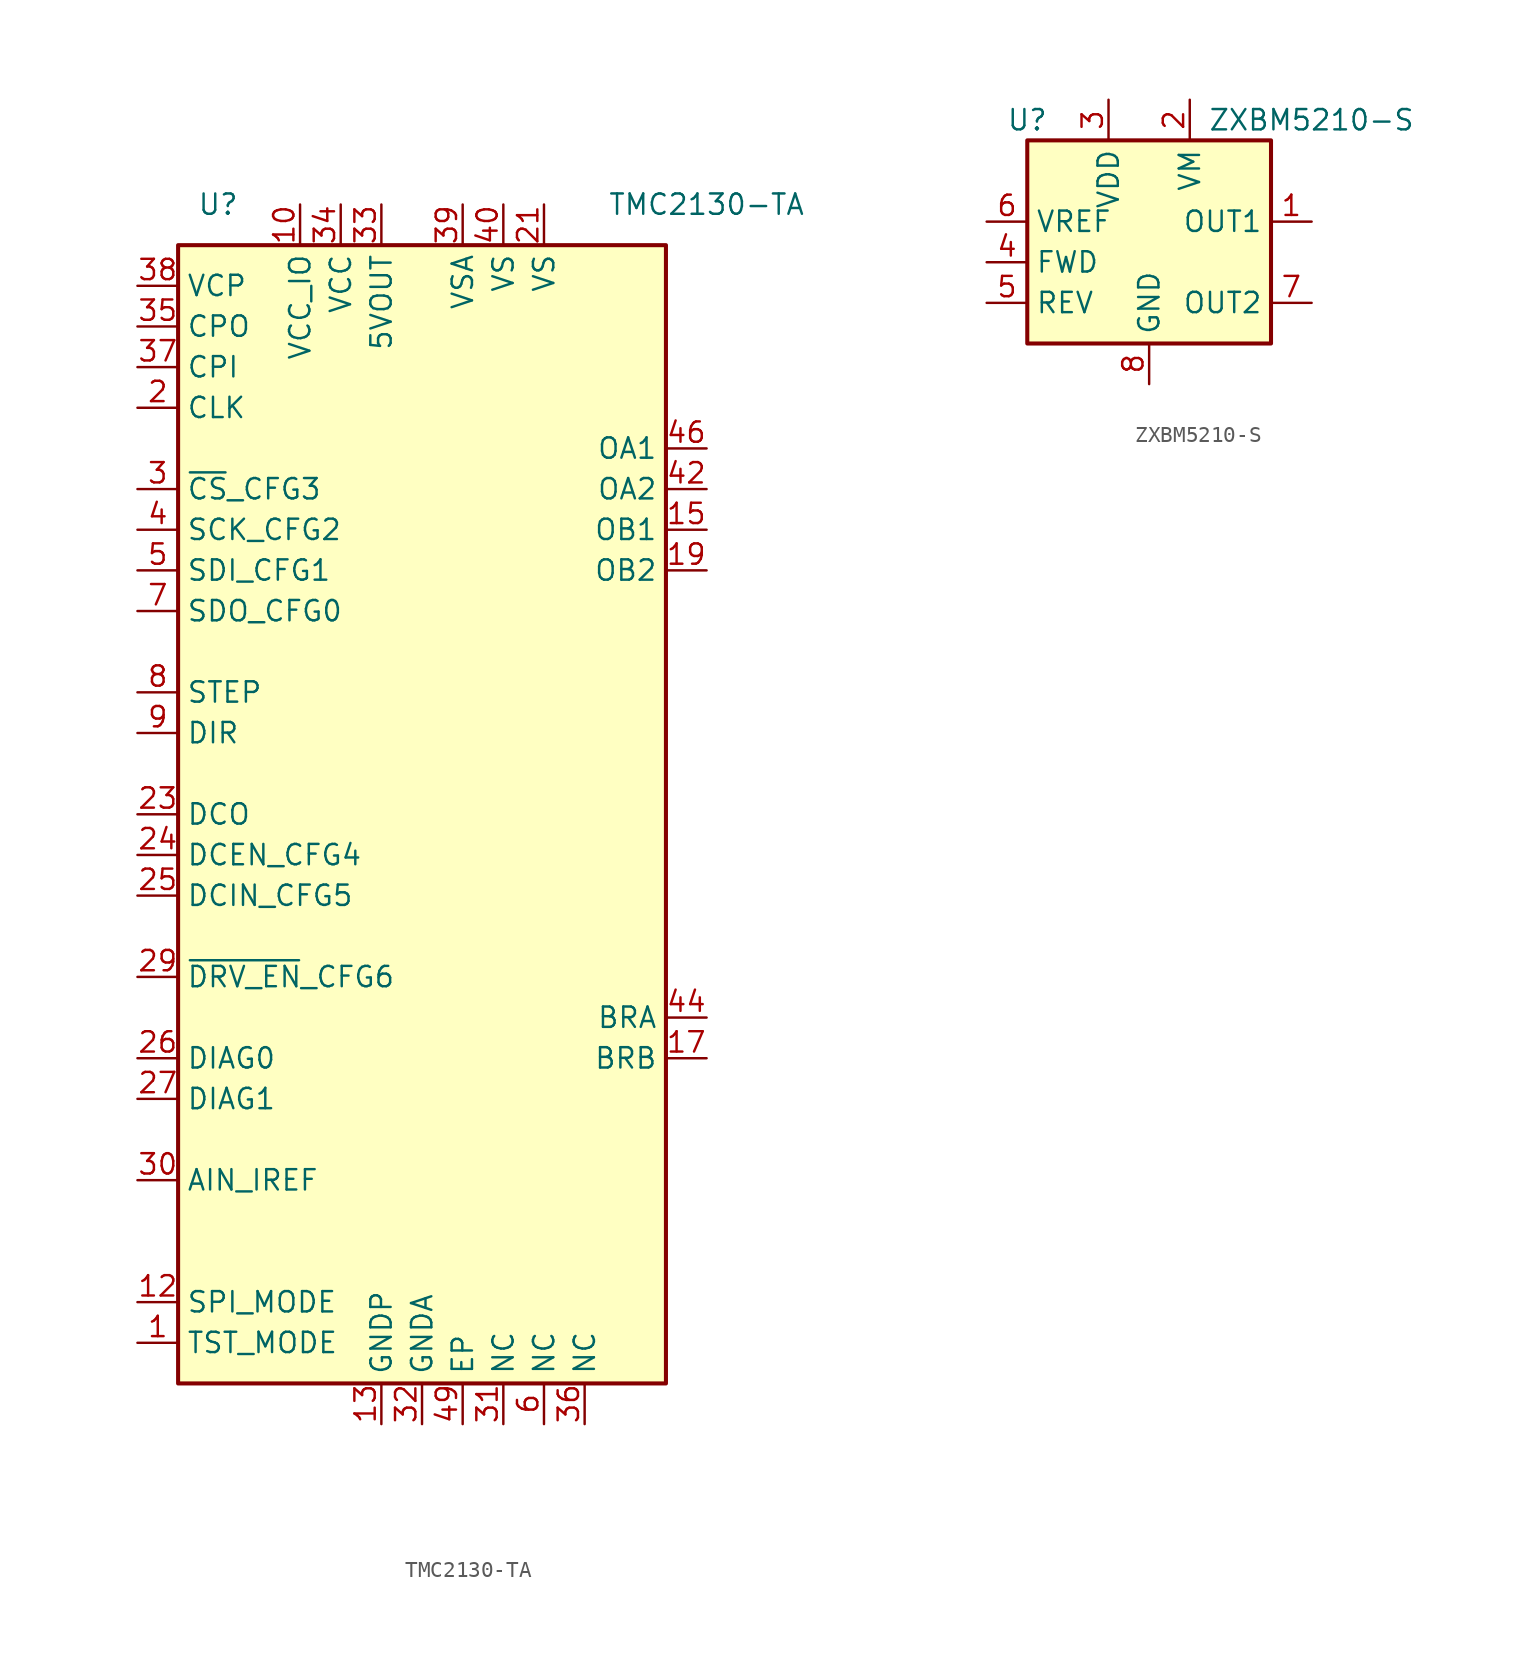
<source format=kicad_sym>
(kicad_symbol_lib
  (version 20200908)
  (generator kicad_symbol_editor)
  (symbol "Driver_Motor:TMC2130-TA"
    (property "Reference" "U"
      (at -11.43 38.1 0)
      (effects (font (size 1.27 1.27)) (justify right)))
    (property "Value" "TMC2130-TA"
      (at 17.78 38.1 0)
      (effects (font (size 1.27 1.27))))
    (symbol "TMC2130-TA_1_1"
      (rectangle (start -15.24 35.56) (end 15.24 -35.56) (stroke (width 0.254)) (fill (type background)))
      (pin input line (at -17.78 -33.02 0) (length 2.54) (name "TST_MODE" (effects (font (size 1.27 1.27)))) (number "1" (effects (font (size 1.27 1.27)))))
      (pin power_in line (at -7.62 38.1 270) (length 2.54) (name "VCC_IO" (effects (font (size 1.27 1.27)))) (number "10" (effects (font (size 1.27 1.27)))))
      (pin unconnected line (at -15.24 -27.94 0) (length 2.54) hide (name "DNC" (effects (font (size 1.27 1.27)))) (number "11" (effects (font (size 1.27 1.27)))))
      (pin input line (at -17.78 -30.48 0) (length 2.54) (name "SPI_MODE" (effects (font (size 1.27 1.27)))) (number "12" (effects (font (size 1.27 1.27)))))
      (pin power_in line (at -2.54 -38.1 90) (length 2.54) (name "GNDP" (effects (font (size 1.27 1.27)))) (number "13" (effects (font (size 1.27 1.27)))))
      (pin unconnected line (at 15.24 12.7 180) (length 2.54) hide (name "DNC" (effects (font (size 1.27 1.27)))) (number "14" (effects (font (size 1.27 1.27)))))
      (pin output line (at 17.78 17.78 180) (length 2.54) (name "OB1" (effects (font (size 1.27 1.27)))) (number "15" (effects (font (size 1.27 1.27)))))
      (pin unconnected line (at 15.24 10.16 180) (length 2.54) hide (name "DNC" (effects (font (size 1.27 1.27)))) (number "16" (effects (font (size 1.27 1.27)))))
      (pin passive line (at 17.78 -15.24 180) (length 2.54) (name "BRB" (effects (font (size 1.27 1.27)))) (number "17" (effects (font (size 1.27 1.27)))))
      (pin unconnected line (at 15.24 7.62 180) (length 2.54) hide (name "DNC" (effects (font (size 1.27 1.27)))) (number "18" (effects (font (size 1.27 1.27)))))
      (pin output line (at 17.78 15.24 180) (length 2.54) (name "OB2" (effects (font (size 1.27 1.27)))) (number "19" (effects (font (size 1.27 1.27)))))
      (pin input line (at -17.78 25.4 0) (length 2.54) (name "CLK" (effects (font (size 1.27 1.27)))) (number "2" (effects (font (size 1.27 1.27)))))
      (pin unconnected line (at 15.24 5.08 180) (length 2.54) hide (name "DNC" (effects (font (size 1.27 1.27)))) (number "20" (effects (font (size 1.27 1.27)))))
      (pin power_in line (at 7.62 38.1 270) (length 2.54) (name "VS" (effects (font (size 1.27 1.27)))) (number "21" (effects (font (size 1.27 1.27)))))
      (pin unconnected line (at 15.24 2.54 180) (length 2.54) hide (name "DNC" (effects (font (size 1.27 1.27)))) (number "22" (effects (font (size 1.27 1.27)))))
      (pin output line (at -17.78 0 0) (length 2.54) (name "DCO" (effects (font (size 1.27 1.27)))) (number "23" (effects (font (size 1.27 1.27)))))
      (pin input line (at -17.78 -2.54 0) (length 2.54) (name "DCEN_CFG4" (effects (font (size 1.27 1.27)))) (number "24" (effects (font (size 1.27 1.27)))))
      (pin input line (at -17.78 -5.08 0) (length 2.54) (name "DCIN_CFG5" (effects (font (size 1.27 1.27)))) (number "25" (effects (font (size 1.27 1.27)))))
      (pin output line (at -17.78 -15.24 0) (length 2.54) (name "DIAG0" (effects (font (size 1.27 1.27)))) (number "26" (effects (font (size 1.27 1.27)))))
      (pin output line (at -17.78 -17.78 0) (length 2.54) (name "DIAG1" (effects (font (size 1.27 1.27)))) (number "27" (effects (font (size 1.27 1.27)))))
      (pin unconnected line (at -15.24 -20.32 0) (length 2.54) hide (name "DNC" (effects (font (size 1.27 1.27)))) (number "28" (effects (font (size 1.27 1.27)))))
      (pin input line (at -17.78 -10.16 0) (length 2.54) (name "~DRV_EN~_CFG6" (effects (font (size 1.27 1.27)))) (number "29" (effects (font (size 1.27 1.27)))))
      (pin input line (at -17.78 20.32 0) (length 2.54) (name "~CS~_CFG3" (effects (font (size 1.27 1.27)))) (number "3" (effects (font (size 1.27 1.27)))))
      (pin input line (at -17.78 -22.86 0) (length 2.54) (name "AIN_IREF" (effects (font (size 1.27 1.27)))) (number "30" (effects (font (size 1.27 1.27)))))
      (pin passive line (at 5.08 -38.1 90) (length 2.54) (name "NC" (effects (font (size 1.27 1.27)))) (number "31" (effects (font (size 1.27 1.27)))))
      (pin power_in line (at 0 -38.1 90) (length 2.54) (name "GNDA" (effects (font (size 1.27 1.27)))) (number "32" (effects (font (size 1.27 1.27)))))
      (pin power_out line (at -2.54 38.1 270) (length 2.54) (name "5VOUT" (effects (font (size 1.27 1.27)))) (number "33" (effects (font (size 1.27 1.27)))))
      (pin power_in line (at -5.08 38.1 270) (length 2.54) (name "VCC" (effects (font (size 1.27 1.27)))) (number "34" (effects (font (size 1.27 1.27)))))
      (pin passive line (at -17.78 30.48 0) (length 2.54) (name "CPO" (effects (font (size 1.27 1.27)))) (number "35" (effects (font (size 1.27 1.27)))))
      (pin passive line (at 10.16 -38.1 90) (length 2.54) (name "NC" (effects (font (size 1.27 1.27)))) (number "36" (effects (font (size 1.27 1.27)))))
      (pin passive line (at -17.78 27.94 0) (length 2.54) (name "CPI" (effects (font (size 1.27 1.27)))) (number "37" (effects (font (size 1.27 1.27)))))
      (pin passive line (at -17.78 33.02 0) (length 2.54) (name "VCP" (effects (font (size 1.27 1.27)))) (number "38" (effects (font (size 1.27 1.27)))))
      (pin power_in line (at 2.54 38.1 270) (length 2.54) (name "VSA" (effects (font (size 1.27 1.27)))) (number "39" (effects (font (size 1.27 1.27)))))
      (pin input line (at -17.78 17.78 0) (length 2.54) (name "SCK_CFG2" (effects (font (size 1.27 1.27)))) (number "4" (effects (font (size 1.27 1.27)))))
      (pin power_in line (at 5.08 38.1 270) (length 2.54) (name "VS" (effects (font (size 1.27 1.27)))) (number "40" (effects (font (size 1.27 1.27)))))
      (pin unconnected line (at 15.24 33.02 180) (length 2.54) hide (name "DNC" (effects (font (size 1.27 1.27)))) (number "41" (effects (font (size 1.27 1.27)))))
      (pin output line (at 17.78 20.32 180) (length 2.54) (name "OA2" (effects (font (size 1.27 1.27)))) (number "42" (effects (font (size 1.27 1.27)))))
      (pin unconnected line (at 15.24 30.48 180) (length 2.54) hide (name "DNC" (effects (font (size 1.27 1.27)))) (number "43" (effects (font (size 1.27 1.27)))))
      (pin passive line (at 17.78 -12.7 180) (length 2.54) (name "BRA" (effects (font (size 1.27 1.27)))) (number "44" (effects (font (size 1.27 1.27)))))
      (pin unconnected line (at 15.24 27.94 180) (length 2.54) hide (name "DNC" (effects (font (size 1.27 1.27)))) (number "45" (effects (font (size 1.27 1.27)))))
      (pin output line (at 17.78 22.86 180) (length 2.54) (name "OA1" (effects (font (size 1.27 1.27)))) (number "46" (effects (font (size 1.27 1.27)))))
      (pin unconnected line (at 15.24 25.4 180) (length 2.54) hide (name "DNC" (effects (font (size 1.27 1.27)))) (number "47" (effects (font (size 1.27 1.27)))))
      (pin passive line (at -2.54 -38.1 90) (length 2.54) hide (name "GNDP" (effects (font (size 1.27 1.27)))) (number "48" (effects (font (size 1.27 1.27)))))
      (pin power_in line (at 2.54 -38.1 90) (length 2.54) (name "EP" (effects (font (size 1.27 1.27)))) (number "49" (effects (font (size 1.27 1.27)))))
      (pin input line (at -17.78 15.24 0) (length 2.54) (name "SDI_CFG1" (effects (font (size 1.27 1.27)))) (number "5" (effects (font (size 1.27 1.27)))))
      (pin passive line (at 7.62 -38.1 90) (length 2.54) (name "NC" (effects (font (size 1.27 1.27)))) (number "6" (effects (font (size 1.27 1.27)))))
      (pin bidirectional line (at -17.78 12.7 0) (length 2.54) (name "SDO_CFG0" (effects (font (size 1.27 1.27)))) (number "7" (effects (font (size 1.27 1.27)))))
      (pin input line (at -17.78 7.62 0) (length 2.54) (name "STEP" (effects (font (size 1.27 1.27)))) (number "8" (effects (font (size 1.27 1.27)))))
      (pin input line (at -17.78 5.08 0) (length 2.54) (name "DIR" (effects (font (size 1.27 1.27)))) (number "9" (effects (font (size 1.27 1.27)))))))
  (symbol "Driver_Motor:ZXBM5210-S"
    (property "Reference" "U"
      (at -7.62 8.89 0)
      (effects (font (size 1.27 1.27))))
    (property "Value" "ZXBM5210-S"
      (at 10.16 8.89 0)
      (effects (font (size 1.27 1.27))))
    (symbol "ZXBM5210-S_0_1"
      (rectangle (start -7.62 7.62) (end 7.62 -5.08) (stroke (width 0.254)) (fill (type background))))
    (symbol "ZXBM5210-S_0_0"
      (pin output line (at 10.16 2.54 180) (length 2.54) (name "OUT1" (effects (font (size 1.27 1.27)))) (number "1" (effects (font (size 1.27 1.27)))))
      (pin power_in line (at 2.54 10.16 270) (length 2.54) (name "VM" (effects (font (size 1.27 1.27)))) (number "2" (effects (font (size 1.27 1.27)))))
      (pin power_in line (at -2.54 10.16 270) (length 2.54) (name "VDD" (effects (font (size 1.27 1.27)))) (number "3" (effects (font (size 1.27 1.27)))))
      (pin input line (at -10.16 0 0) (length 2.54) (name "FWD" (effects (font (size 1.27 1.27)))) (number "4" (effects (font (size 1.27 1.27)))))
      (pin input line (at -10.16 -2.54 0) (length 2.54) (name "REV" (effects (font (size 1.27 1.27)))) (number "5" (effects (font (size 1.27 1.27)))))
      (pin input line (at -10.16 2.54 0) (length 2.54) (name "VREF" (effects (font (size 1.27 1.27)))) (number "6" (effects (font (size 1.27 1.27)))))
      (pin output line (at 10.16 -2.54 180) (length 2.54) (name "OUT2" (effects (font (size 1.27 1.27)))) (number "7" (effects (font (size 1.27 1.27)))))
      (pin power_in line (at 0 -7.62 90) (length 2.54) (name "GND" (effects (font (size 1.27 1.27)))) (number "8" (effects (font (size 1.27 1.27))))))))
</source>
